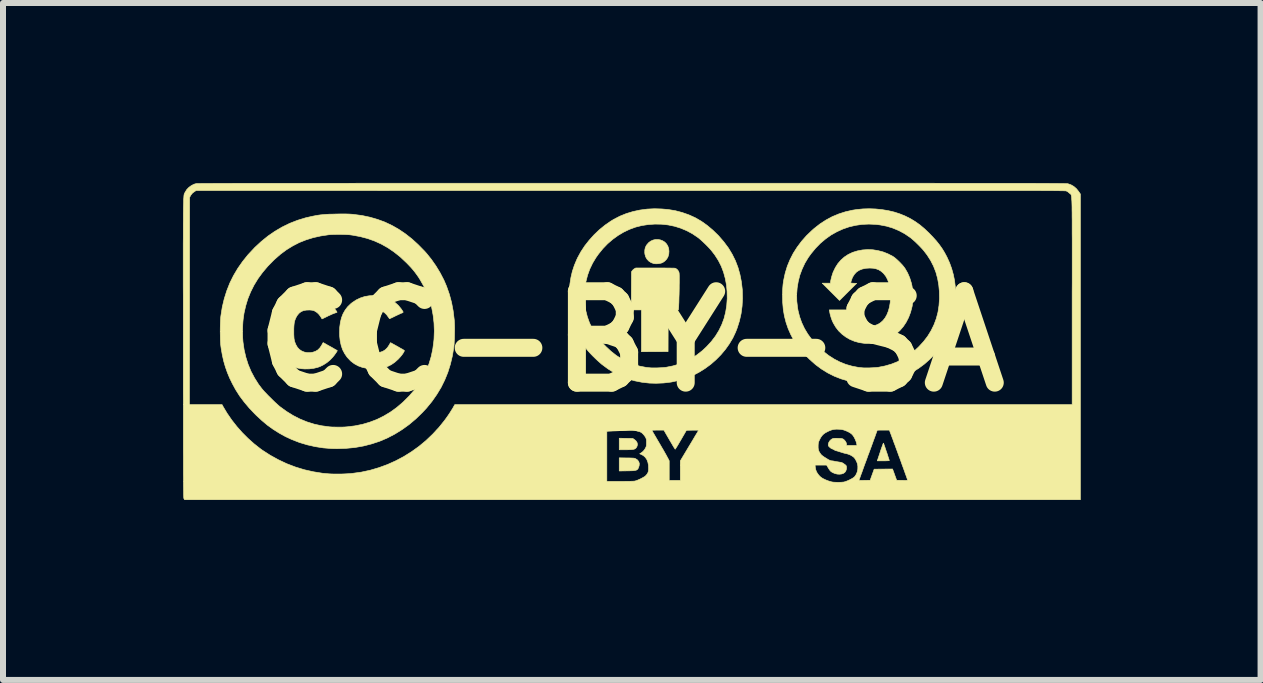
<source format=kicad_pcb>
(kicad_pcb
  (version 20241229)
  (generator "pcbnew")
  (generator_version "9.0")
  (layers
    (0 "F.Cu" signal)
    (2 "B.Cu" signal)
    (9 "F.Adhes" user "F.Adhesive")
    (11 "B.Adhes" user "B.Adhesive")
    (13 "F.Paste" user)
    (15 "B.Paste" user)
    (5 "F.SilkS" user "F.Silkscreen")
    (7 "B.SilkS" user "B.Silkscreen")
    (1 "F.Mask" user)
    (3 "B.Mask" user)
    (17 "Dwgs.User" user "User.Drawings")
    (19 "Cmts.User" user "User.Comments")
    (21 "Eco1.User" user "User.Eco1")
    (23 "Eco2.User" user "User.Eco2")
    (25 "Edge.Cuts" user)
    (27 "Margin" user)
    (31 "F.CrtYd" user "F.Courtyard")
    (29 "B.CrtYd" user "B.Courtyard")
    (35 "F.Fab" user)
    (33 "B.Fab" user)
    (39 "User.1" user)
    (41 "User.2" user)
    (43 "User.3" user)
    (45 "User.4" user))
  (footprint "CC-BY-SA"
    (layer "F.Cu")
    (at 7.475 2.64)
    (property "Reference" "CC-BY-SA" (at 0 0 0) (layer "F.SilkS") (effects (font (size 1.524 1.524) (thickness 0.3))))
    (attr through_hole)
    (fp_poly (pts (xy -0.088 1.618) (xy 0.025 1.62) (xy 0.053 1.639) (xy 0.079 1.662) (xy 0.096 1.688) (xy 0.102 1.715) (xy 0.098 1.744) (xy 0.085 1.77) (xy 0.076 1.781) (xy 0.065 1.79) (xy 0.052 1.797) (xy 0.033 1.802) (xy 0.009 1.805) (xy -0.023 1.807) (xy -0.063 1.808) (xy -0.094 1.808) (xy -0.201 1.808) (xy -0.201 1.616) (xy -0.088 1.618)) (stroke (width 0.01) (type solid)) (fill yes) (layer "F.SilkS"))
    (fp_poly (pts (xy -0.075 1.945) (xy -0.034 1.945) (xy -0.003 1.946) (xy 0.021 1.947) (xy 0.038 1.948) (xy 0.051 1.95) (xy 0.06 1.952) (xy 0.068 1.956) (xy 0.074 1.959) (xy 0.104 1.979) (xy 0.123 2.005) (xy 0.133 2.034) (xy 0.132 2.067) (xy 0.124 2.096) (xy 0.117 2.113) (xy 0.11 2.127) (xy 0.1 2.138) (xy 0.088 2.146) (xy 0.071 2.151) (xy 0.048 2.155) (xy 0.019 2.158) (xy -0.019 2.159) (xy -0.066 2.16) (xy -0.072 2.16) (xy -0.201 2.162) (xy -0.201 1.943) (xy -0.075 1.945)) (stroke (width 0.01) (type solid)) (fill yes) (layer "F.SilkS"))
    (fp_poly (pts (xy 4.206 1.703) (xy 4.212 1.718) (xy 4.219 1.74) (xy 4.229 1.767) (xy 4.239 1.798) (xy 4.25 1.831) (xy 4.262 1.865) (xy 4.273 1.898) (xy 4.282 1.928) (xy 4.291 1.954) (xy 4.297 1.973) (xy 4.301 1.986) (xy 4.301 1.989) (xy 4.296 1.99) (xy 4.282 1.991) (xy 4.26 1.992) (xy 4.232 1.993) (xy 4.201 1.993) (xy 4.101 1.993) (xy 4.151 1.843) (xy 4.163 1.805) (xy 4.175 1.771) (xy 4.186 1.742) (xy 4.194 1.719) (xy 4.2 1.704) (xy 4.204 1.698) (xy 4.204 1.698) (xy 4.206 1.703)) (stroke (width 0.01) (type solid)) (fill yes) (layer "F.SilkS"))
    (fp_poly (pts (xy 0.486 -1.69) (xy 0.524 -1.675) (xy 0.559 -1.653) (xy 0.588 -1.622) (xy 0.609 -1.587) (xy 0.623 -1.546) (xy 0.628 -1.501) (xy 0.625 -1.456) (xy 0.613 -1.413) (xy 0.606 -1.397) (xy 0.586 -1.366) (xy 0.559 -1.338) (xy 0.528 -1.316) (xy 0.507 -1.306) (xy 0.48 -1.299) (xy 0.449 -1.294) (xy 0.416 -1.292) (xy 0.387 -1.294) (xy 0.374 -1.296) (xy 0.33 -1.312) (xy 0.292 -1.337) (xy 0.262 -1.369) (xy 0.24 -1.407) (xy 0.227 -1.451) (xy 0.224 -1.479) (xy 0.225 -1.522) (xy 0.233 -1.56) (xy 0.249 -1.595) (xy 0.261 -1.612) (xy 0.291 -1.646) (xy 0.326 -1.671) (xy 0.364 -1.688) (xy 0.405 -1.697) (xy 0.446 -1.697) (xy 0.486 -1.69)) (stroke (width 0.01) (type solid)) (fill yes) (layer "F.SilkS"))
    (fp_poly (pts (xy 0.453 -1.222) (xy 0.509 -1.222) (xy 0.561 -1.222) (xy 0.607 -1.221) (xy 0.648 -1.221) (xy 0.682 -1.22) (xy 0.707 -1.22) (xy 0.724 -1.219) (xy 0.731 -1.218) (xy 0.751 -1.208) (xy 0.772 -1.19) (xy 0.787 -1.168) (xy 0.79 -1.163) (xy 0.793 -1.154) (xy 0.796 -1.145) (xy 0.798 -1.132) (xy 0.799 -1.115) (xy 0.8 -1.092) (xy 0.8 -1.061) (xy 0.8 -1.021) (xy 0.8 -1.015) (xy 0.8 -0.975) (xy 0.799 -0.93) (xy 0.799 -0.882) (xy 0.798 -0.833) (xy 0.797 -0.783) (xy 0.795 -0.735) (xy 0.794 -0.688) (xy 0.793 -0.646) (xy 0.791 -0.609) (xy 0.79 -0.578) (xy 0.788 -0.555) (xy 0.787 -0.541) (xy 0.787 -0.538) (xy 0.783 -0.523) (xy 0.615 -0.523) (xy 0.614 -0.176) (xy 0.613 0.172) (xy 0.391 0.173) (xy 0.169 0.174) (xy 0.169 -0.523) (xy -0.000255 -0.523) (xy 0.001 -0.84) (xy 0.003 -1.158) (xy 0.016 -1.178) (xy 0.03 -1.193) (xy 0.047 -1.207) (xy 0.052 -1.21) (xy 0.074 -1.222) (xy 0.395 -1.222) (xy 0.453 -1.222)) (stroke (width 0.01) (type solid)) (fill yes) (layer "F.SilkS"))
    (fp_poly (pts (xy -5.374 -0.761) (xy -5.293 -0.753) (xy -5.218 -0.736) (xy -5.149 -0.711) (xy -5.086 -0.677) (xy -5.029 -0.633) (xy -5.001 -0.607) (xy -4.985 -0.591) (xy -4.968 -0.571) (xy -4.951 -0.55) (xy -4.935 -0.529) (xy -4.921 -0.51) (xy -4.911 -0.495) (xy -4.906 -0.485) (xy -4.907 -0.483) (xy -4.912 -0.481) (xy -4.926 -0.476) (xy -4.944 -0.47) (xy -4.947 -0.469) (xy -4.965 -0.462) (xy -4.991 -0.452) (xy -5.02 -0.438) (xy -5.052 -0.424) (xy -5.071 -0.414) (xy -5.156 -0.373) (xy -5.177 -0.407) (xy -5.204 -0.445) (xy -5.237 -0.478) (xy -5.275 -0.502) (xy -5.281 -0.506) (xy -5.299 -0.513) (xy -5.317 -0.517) (xy -5.338 -0.52) (xy -5.367 -0.522) (xy -5.42 -0.52) (xy -5.467 -0.511) (xy -5.507 -0.493) (xy -5.541 -0.466) (xy -5.57 -0.431) (xy -5.59 -0.396) (xy -5.602 -0.369) (xy -5.611 -0.343) (xy -5.618 -0.316) (xy -5.622 -0.285) (xy -5.625 -0.25) (xy -5.627 -0.208) (xy -5.627 -0.163) (xy -5.627 -0.116) (xy -5.625 -0.078) (xy -5.623 -0.047) (xy -5.618 -0.019) (xy -5.612 0.006) (xy -5.603 0.03) (xy -5.592 0.057) (xy -5.591 0.058) (xy -5.567 0.1) (xy -5.535 0.135) (xy -5.497 0.161) (xy -5.454 0.179) (xy -5.405 0.189) (xy -5.354 0.189) (xy -5.309 0.182) (xy -5.265 0.167) (xy -5.226 0.144) (xy -5.193 0.111) (xy -5.164 0.069) (xy -5.154 0.05) (xy -5.146 0.035) (xy -5.14 0.025) (xy -5.137 0.022) (xy -5.132 0.024) (xy -5.119 0.031) (xy -5.1 0.042) (xy -5.076 0.056) (xy -5.049 0.071) (xy -5.02 0.087) (xy -4.991 0.103) (xy -4.964 0.119) (xy -4.94 0.133) (xy -4.92 0.144) (xy -4.907 0.152) (xy -4.902 0.155) (xy -4.903 0.16) (xy -4.91 0.172) (xy -4.921 0.189) (xy -4.935 0.209) (xy -4.95 0.23) (xy -4.966 0.25) (xy -4.979 0.266) (xy -5.024 0.313) (xy -5.076 0.356) (xy -5.134 0.393) (xy -5.193 0.422) (xy -5.23 0.435) (xy -5.297 0.451) (xy -5.37 0.46) (xy -5.445 0.461) (xy -5.503 0.457) (xy -5.573 0.444) (xy -5.64 0.423) (xy -5.704 0.395) (xy -5.753 0.366) (xy -5.782 0.344) (xy -5.813 0.315) (xy -5.844 0.282) (xy -5.873 0.247) (xy -5.896 0.216) (xy -5.929 0.156) (xy -5.955 0.088) (xy -5.974 0.014) (xy -5.985 -0.066) (xy -5.988 -0.15) (xy -5.987 -0.188) (xy -5.981 -0.265) (xy -5.969 -0.335) (xy -5.951 -0.397) (xy -5.926 -0.453) (xy -5.895 -0.505) (xy -5.855 -0.554) (xy -5.843 -0.567) (xy -5.802 -0.608) (xy -5.763 -0.642) (xy -5.725 -0.669) (xy -5.684 -0.694) (xy -5.673 -0.699) (xy -5.613 -0.726) (xy -5.553 -0.746) (xy -5.49 -0.757) (xy -5.422 -0.761) (xy -5.374 -0.761)) (stroke (width 0.01) (type solid)) (fill yes) (layer "F.SilkS"))
    (fp_poly (pts (xy 4.027 -1.526) (xy 4.113 -1.512) (xy 4.198 -1.49) (xy 4.279 -1.458) (xy 4.356 -1.418) (xy 4.375 -1.406) (xy 4.4 -1.387) (xy 4.43 -1.361) (xy 4.462 -1.331) (xy 4.493 -1.299) (xy 4.523 -1.267) (xy 4.547 -1.237) (xy 4.562 -1.217) (xy 4.606 -1.141) (xy 4.642 -1.058) (xy 4.67 -0.968) (xy 4.678 -0.933) (xy 4.683 -0.903) (xy 4.687 -0.865) (xy 4.69 -0.822) (xy 4.691 -0.775) (xy 4.691 -0.727) (xy 4.69 -0.68) (xy 4.688 -0.638) (xy 4.685 -0.602) (xy 4.681 -0.579) (xy 4.656 -0.484) (xy 4.623 -0.397) (xy 4.582 -0.317) (xy 4.534 -0.245) (xy 4.477 -0.179) (xy 4.412 -0.121) (xy 4.339 -0.069) (xy 4.312 -0.053) (xy 4.254 -0.025) (xy 4.189 -0.001) (xy 4.119 0.017) (xy 4.046 0.03) (xy 3.974 0.036) (xy 3.904 0.036) (xy 3.885 0.034) (xy 3.801 0.022) (xy 3.721 -0.000313) (xy 3.646 -0.031) (xy 3.577 -0.071) (xy 3.514 -0.118) (xy 3.457 -0.173) (xy 3.409 -0.235) (xy 3.368 -0.304) (xy 3.347 -0.35) (xy 3.329 -0.402) (xy 3.314 -0.455) (xy 3.309 -0.481) (xy 3.301 -0.523) (xy 3.657 -0.523) (xy 3.664 -0.483) (xy 3.678 -0.427) (xy 3.7 -0.379) (xy 3.73 -0.339) (xy 3.767 -0.306) (xy 3.811 -0.282) (xy 3.838 -0.272) (xy 3.879 -0.262) (xy 3.925 -0.256) (xy 3.972 -0.254) (xy 4.015 -0.256) (xy 4.032 -0.258) (xy 4.071 -0.267) (xy 4.103 -0.279) (xy 4.135 -0.296) (xy 4.158 -0.312) (xy 4.198 -0.348) (xy 4.233 -0.393) (xy 4.262 -0.445) (xy 4.286 -0.505) (xy 4.304 -0.571) (xy 4.316 -0.642) (xy 4.322 -0.717) (xy 4.321 -0.796) (xy 4.318 -0.829) (xy 4.308 -0.905) (xy 4.293 -0.972) (xy 4.272 -1.03) (xy 4.245 -1.081) (xy 4.212 -1.124) (xy 4.201 -1.136) (xy 4.164 -1.168) (xy 4.125 -1.192) (xy 4.082 -1.208) (xy 4.034 -1.218) (xy 3.979 -1.221) (xy 3.972 -1.221) (xy 3.907 -1.217) (xy 3.849 -1.204) (xy 3.799 -1.184) (xy 3.756 -1.156) (xy 3.721 -1.119) (xy 3.693 -1.075) (xy 3.693 -1.075) (xy 3.684 -1.057) (xy 3.676 -1.034) (xy 3.668 -1.011) (xy 3.662 -0.991) (xy 3.659 -0.976) (xy 3.659 -0.973) (xy 3.664 -0.971) (xy 3.677 -0.97) (xy 3.697 -0.968) (xy 3.708 -0.968) (xy 3.757 -0.966) (xy 3.614 -0.824) (xy 3.471 -0.681) (xy 3.327 -0.825) (xy 3.183 -0.969) (xy 3.321 -0.969) (xy 3.321 -0.984) (xy 3.323 -1.001) (xy 3.328 -1.025) (xy 3.335 -1.054) (xy 3.343 -1.085) (xy 3.353 -1.116) (xy 3.362 -1.144) (xy 3.367 -1.156) (xy 3.402 -1.229) (xy 3.444 -1.295) (xy 3.494 -1.353) (xy 3.551 -1.404) (xy 3.614 -1.446) (xy 3.683 -1.479) (xy 3.689 -1.482) (xy 3.77 -1.507) (xy 3.854 -1.523) (xy 3.941 -1.529) (xy 4.027 -1.526)) (stroke (width 0.01) (type solid)) (fill yes) (layer "F.SilkS"))
    (fp_poly (pts (xy -4.218 -0.757) (xy -4.14 -0.743) (xy -4.067 -0.72) (xy -4 -0.688) (xy -3.939 -0.647) (xy -3.884 -0.598) (xy -3.837 -0.541) (xy -3.821 -0.517) (xy -3.81 -0.501) (xy -3.805 -0.49) (xy -3.805 -0.483) (xy -3.81 -0.478) (xy -3.821 -0.473) (xy -3.826 -0.471) (xy -3.84 -0.466) (xy -3.861 -0.456) (xy -3.887 -0.444) (xy -3.917 -0.43) (xy -3.94 -0.419) (xy -3.968 -0.405) (xy -3.993 -0.393) (xy -4.013 -0.384) (xy -4.026 -0.378) (xy -4.03 -0.376) (xy -4.034 -0.38) (xy -4.042 -0.391) (xy -4.052 -0.407) (xy -4.053 -0.407) (xy -4.079 -0.443) (xy -4.111 -0.474) (xy -4.146 -0.499) (xy -4.159 -0.505) (xy -4.173 -0.512) (xy -4.185 -0.516) (xy -4.2 -0.518) (xy -4.218 -0.52) (xy -4.243 -0.52) (xy -4.258 -0.52) (xy -4.287 -0.52) (xy -4.307 -0.519) (xy -4.323 -0.517) (xy -4.336 -0.514) (xy -4.35 -0.509) (xy -4.363 -0.503) (xy -4.403 -0.478) (xy -4.437 -0.444) (xy -4.464 -0.401) (xy -4.485 -0.35) (xy -4.496 -0.313) (xy -4.501 -0.282) (xy -4.504 -0.242) (xy -4.506 -0.198) (xy -4.506 -0.152) (xy -4.505 -0.106) (xy -4.501 -0.065) (xy -4.496 -0.029) (xy -4.493 -0.015) (xy -4.475 0.041) (xy -4.452 0.087) (xy -4.423 0.125) (xy -4.387 0.154) (xy -4.346 0.174) (xy -4.298 0.186) (xy -4.294 0.187) (xy -4.239 0.19) (xy -4.188 0.183) (xy -4.142 0.167) (xy -4.101 0.141) (xy -4.066 0.106) (xy -4.036 0.061) (xy -4.034 0.058) (xy -4.025 0.041) (xy -4.018 0.028) (xy -4.015 0.023) (xy -4.015 0.023) (xy -4.01 0.025) (xy -3.998 0.031) (xy -3.979 0.042) (xy -3.955 0.055) (xy -3.928 0.07) (xy -3.899 0.086) (xy -3.871 0.102) (xy -3.844 0.118) (xy -3.819 0.131) (xy -3.8 0.143) (xy -3.787 0.151) (xy -3.785 0.152) (xy -3.784 0.159) (xy -3.789 0.172) (xy -3.799 0.19) (xy -3.814 0.213) (xy -3.832 0.237) (xy -3.853 0.262) (xy -3.875 0.286) (xy -3.887 0.299) (xy -3.943 0.349) (xy -4.001 0.389) (xy -4.063 0.42) (xy -4.132 0.442) (xy -4.163 0.45) (xy -4.182 0.453) (xy -4.208 0.456) (xy -4.239 0.458) (xy -4.271 0.46) (xy -4.302 0.461) (xy -4.329 0.461) (xy -4.349 0.461) (xy -4.356 0.46) (xy -4.368 0.458) (xy -4.387 0.455) (xy -4.409 0.452) (xy -4.41 0.451) (xy -4.484 0.435) (xy -4.553 0.41) (xy -4.617 0.375) (xy -4.675 0.331) (xy -4.687 0.319) (xy -4.738 0.265) (xy -4.779 0.205) (xy -4.813 0.14) (xy -4.837 0.069) (xy -4.854 -0.009) (xy -4.863 -0.094) (xy -4.864 -0.147) (xy -4.861 -0.236) (xy -4.85 -0.317) (xy -4.832 -0.391) (xy -4.806 -0.458) (xy -4.772 -0.518) (xy -4.731 -0.573) (xy -4.68 -0.623) (xy -4.653 -0.645) (xy -4.587 -0.689) (xy -4.518 -0.722) (xy -4.445 -0.746) (xy -4.368 -0.759) (xy -4.302 -0.762) (xy -4.218 -0.757)) (stroke (width 0.01) (type solid)) (fill yes) (layer "F.SilkS"))
    (fp_poly (pts (xy 0.512 -2.206) (xy 0.615 -2.197) (xy 0.735 -2.177) (xy 0.849 -2.147) (xy 0.96 -2.108) (xy 1.066 -2.06) (xy 1.168 -2.001) (xy 1.265 -1.932) (xy 1.359 -1.853) (xy 1.45 -1.765) (xy 1.537 -1.665) (xy 1.547 -1.652) (xy 1.62 -1.554) (xy 1.682 -1.451) (xy 1.735 -1.344) (xy 1.778 -1.232) (xy 1.811 -1.115) (xy 1.835 -0.993) (xy 1.85 -0.866) (xy 1.851 -0.845) (xy 1.854 -0.715) (xy 1.847 -0.586) (xy 1.83 -0.46) (xy 1.802 -0.337) (xy 1.764 -0.218) (xy 1.739 -0.154) (xy 1.692 -0.054) (xy 1.634 0.043) (xy 1.568 0.136) (xy 1.494 0.224) (xy 1.412 0.307) (xy 1.324 0.384) (xy 1.23 0.453) (xy 1.131 0.515) (xy 1.059 0.553) (xy 1.001 0.58) (xy 0.949 0.602) (xy 0.898 0.621) (xy 0.845 0.638) (xy 0.787 0.653) (xy 0.663 0.68) (xy 0.539 0.695) (xy 0.413 0.7) (xy 0.302 0.697) (xy 0.178 0.683) (xy 0.057 0.659) (xy -0.06 0.625) (xy -0.173 0.581) (xy -0.281 0.527) (xy -0.386 0.462) (xy -0.486 0.388) (xy -0.494 0.382) (xy -0.527 0.353) (xy -0.564 0.32) (xy -0.603 0.283) (xy -0.641 0.246) (xy -0.677 0.209) (xy -0.708 0.175) (xy -0.734 0.145) (xy -0.737 0.142) (xy -0.808 0.044) (xy -0.87 -0.059) (xy -0.923 -0.167) (xy -0.965 -0.279) (xy -0.998 -0.395) (xy -1.021 -0.517) (xy -1.034 -0.642) (xy -1.037 -0.771) (xy -1.036 -0.779) (xy -0.782 -0.779) (xy -0.78 -0.669) (xy -0.767 -0.558) (xy -0.759 -0.512) (xy -0.733 -0.409) (xy -0.698 -0.311) (xy -0.653 -0.215) (xy -0.598 -0.123) (xy -0.533 -0.034) (xy -0.457 0.053) (xy -0.424 0.087) (xy -0.338 0.167) (xy -0.249 0.237) (xy -0.157 0.296) (xy -0.062 0.345) (xy 0.036 0.385) (xy 0.139 0.414) (xy 0.247 0.435) (xy 0.324 0.443) (xy 0.35 0.444) (xy 0.384 0.444) (xy 0.423 0.444) (xy 0.464 0.442) (xy 0.505 0.44) (xy 0.542 0.437) (xy 0.574 0.434) (xy 0.581 0.433) (xy 0.692 0.411) (xy 0.799 0.38) (xy 0.902 0.339) (xy 1.001 0.288) (xy 1.095 0.226) (xy 1.186 0.155) (xy 1.258 0.087) (xy 1.335 0.003) (xy 1.403 -0.086) (xy 1.46 -0.179) (xy 1.508 -0.277) (xy 1.546 -0.379) (xy 1.573 -0.486) (xy 1.591 -0.597) (xy 1.599 -0.712) (xy 1.597 -0.831) (xy 1.587 -0.937) (xy 1.567 -1.046) (xy 1.538 -1.152) (xy 1.5 -1.252) (xy 1.451 -1.348) (xy 1.392 -1.44) (xy 1.335 -1.514) (xy 1.306 -1.547) (xy 1.271 -1.584) (xy 1.234 -1.621) (xy 1.195 -1.658) (xy 1.159 -1.691) (xy 1.125 -1.72) (xy 1.109 -1.732) (xy 1.019 -1.793) (xy 0.924 -1.844) (xy 0.824 -1.886) (xy 0.721 -1.918) (xy 0.614 -1.94) (xy 0.505 -1.952) (xy 0.394 -1.954) (xy 0.281 -1.946) (xy 0.176 -1.93) (xy 0.072 -1.904) (xy -0.029 -1.867) (xy -0.126 -1.821) (xy -0.22 -1.765) (xy -0.31 -1.7) (xy -0.395 -1.627) (xy -0.474 -1.545) (xy -0.547 -1.455) (xy -0.589 -1.396) (xy -0.645 -1.303) (xy -0.692 -1.205) (xy -0.729 -1.103) (xy -0.756 -0.997) (xy -0.774 -0.889) (xy -0.782 -0.779) (xy -1.036 -0.779) (xy -1.034 -0.839) (xy -1.024 -0.954) (xy -1.007 -1.062) (xy -0.983 -1.165) (xy -0.95 -1.265) (xy -0.909 -1.363) (xy -0.896 -1.391) (xy -0.841 -1.492) (xy -0.776 -1.591) (xy -0.702 -1.685) (xy -0.621 -1.775) (xy -0.534 -1.858) (xy -0.44 -1.935) (xy -0.342 -2.003) (xy -0.291 -2.034) (xy -0.19 -2.086) (xy -0.084 -2.129) (xy 0.028 -2.163) (xy 0.144 -2.188) (xy 0.264 -2.204) (xy 0.387 -2.21) (xy 0.512 -2.206)) (stroke (width 0.01) (type solid)) (fill yes) (layer "F.SilkS"))
    (fp_poly (pts (xy 4.075 -2.206) (xy 4.181 -2.195) (xy 4.284 -2.178) (xy 4.382 -2.155) (xy 4.472 -2.126) (xy 4.475 -2.125) (xy 4.566 -2.088) (xy 4.652 -2.045) (xy 4.733 -1.996) (xy 4.812 -1.94) (xy 4.889 -1.875) (xy 4.966 -1.802) (xy 5.03 -1.735) (xy 5.087 -1.672) (xy 5.137 -1.609) (xy 5.181 -1.547) (xy 5.221 -1.482) (xy 5.258 -1.413) (xy 5.265 -1.399) (xy 5.307 -1.306) (xy 5.341 -1.212) (xy 5.368 -1.115) (xy 5.389 -1.014) (xy 5.402 -0.906) (xy 5.407 -0.843) (xy 5.41 -0.731) (xy 5.405 -0.616) (xy 5.392 -0.503) (xy 5.372 -0.392) (xy 5.344 -0.286) (xy 5.311 -0.191) (xy 5.262 -0.083) (xy 5.204 0.02) (xy 5.137 0.119) (xy 5.062 0.212) (xy 4.978 0.298) (xy 4.888 0.378) (xy 4.791 0.45) (xy 4.688 0.514) (xy 4.62 0.55) (xy 4.564 0.577) (xy 4.513 0.599) (xy 4.464 0.617) (xy 4.414 0.634) (xy 4.359 0.649) (xy 4.343 0.653) (xy 4.219 0.68) (xy 4.094 0.695) (xy 3.968 0.7) (xy 3.857 0.697) (xy 3.733 0.683) (xy 3.613 0.66) (xy 3.497 0.626) (xy 3.385 0.582) (xy 3.277 0.528) (xy 3.173 0.464) (xy 3.073 0.39) (xy 2.978 0.306) (xy 2.915 0.245) (xy 2.86 0.188) (xy 2.813 0.132) (xy 2.771 0.077) (xy 2.732 0.021) (xy 2.697 -0.039) (xy 2.664 -0.103) (xy 2.659 -0.112) (xy 2.615 -0.212) (xy 2.58 -0.314) (xy 2.553 -0.419) (xy 2.534 -0.529) (xy 2.524 -0.644) (xy 2.521 -0.749) (xy 2.521 -0.779) (xy 2.757 -0.779) (xy 2.759 -0.669) (xy 2.772 -0.558) (xy 2.78 -0.512) (xy 2.806 -0.409) (xy 2.841 -0.311) (xy 2.886 -0.215) (xy 2.941 -0.123) (xy 3.006 -0.034) (xy 3.082 0.053) (xy 3.115 0.087) (xy 3.201 0.167) (xy 3.29 0.237) (xy 3.382 0.296) (xy 3.477 0.345) (xy 3.576 0.385) (xy 3.678 0.414) (xy 3.786 0.435) (xy 3.863 0.443) (xy 3.889 0.444) (xy 3.923 0.444) (xy 3.962 0.444) (xy 4.003 0.442) (xy 4.044 0.44) (xy 4.082 0.437) (xy 4.113 0.434) (xy 4.12 0.433) (xy 4.231 0.411) (xy 4.338 0.38) (xy 4.441 0.339) (xy 4.54 0.288) (xy 4.634 0.226) (xy 4.725 0.155) (xy 4.797 0.087) (xy 4.874 0.003) (xy 4.942 -0.086) (xy 4.999 -0.179) (xy 5.047 -0.277) (xy 5.085 -0.379) (xy 5.113 -0.486) (xy 5.13 -0.597) (xy 5.138 -0.712) (xy 5.136 -0.831) (xy 5.126 -0.937) (xy 5.107 -1.046) (xy 5.078 -1.152) (xy 5.039 -1.252) (xy 4.99 -1.348) (xy 4.931 -1.44) (xy 4.874 -1.514) (xy 4.845 -1.547) (xy 4.81 -1.584) (xy 4.773 -1.621) (xy 4.735 -1.658) (xy 4.698 -1.691) (xy 4.664 -1.72) (xy 4.648 -1.732) (xy 4.557 -1.794) (xy 4.462 -1.845) (xy 4.362 -1.887) (xy 4.257 -1.919) (xy 4.148 -1.94) (xy 4.075 -1.949) (xy 3.961 -1.954) (xy 3.848 -1.949) (xy 3.738 -1.933) (xy 3.631 -1.908) (xy 3.527 -1.872) (xy 3.426 -1.826) (xy 3.33 -1.772) (xy 3.239 -1.707) (xy 3.152 -1.634) (xy 3.072 -1.552) (xy 2.997 -1.461) (xy 2.95 -1.396) (xy 2.894 -1.303) (xy 2.848 -1.205) (xy 2.81 -1.103) (xy 2.783 -0.997) (xy 2.765 -0.889) (xy 2.757 -0.779) (xy 2.521 -0.779) (xy 2.522 -0.822) (xy 2.525 -0.887) (xy 2.53 -0.948) (xy 2.538 -1.006) (xy 2.55 -1.065) (xy 2.564 -1.128) (xy 2.567 -1.141) (xy 2.601 -1.252) (xy 2.646 -1.361) (xy 2.7 -1.467) (xy 2.765 -1.569) (xy 2.839 -1.668) (xy 2.922 -1.762) (xy 3.015 -1.851) (xy 3.049 -1.881) (xy 3.146 -1.957) (xy 3.246 -2.022) (xy 3.35 -2.078) (xy 3.458 -2.123) (xy 3.57 -2.159) (xy 3.688 -2.186) (xy 3.76 -2.197) (xy 3.862 -2.207) (xy 3.968 -2.21) (xy 4.075 -2.206)) (stroke (width 0.01) (type solid)) (fill yes) (layer "F.SilkS"))
    (fp_poly (pts (xy -4.763 -2.123) (xy -4.729 -2.122) (xy -4.698 -2.121) (xy -4.67 -2.119) (xy -4.642 -2.117) (xy -4.628 -2.115) (xy -4.49 -2.097) (xy -4.358 -2.069) (xy -4.231 -2.032) (xy -4.108 -1.987) (xy -3.99 -1.931) (xy -3.876 -1.866) (xy -3.765 -1.791) (xy -3.657 -1.706) (xy -3.553 -1.611) (xy -3.45 -1.506) (xy -3.413 -1.465) (xy -3.332 -1.364) (xy -3.256 -1.255) (xy -3.187 -1.141) (xy -3.126 -1.024) (xy -3.08 -0.917) (xy -3.034 -0.786) (xy -2.997 -0.649) (xy -2.97 -0.507) (xy -2.952 -0.359) (xy -2.951 -0.347) (xy -2.949 -0.308) (xy -2.947 -0.262) (xy -2.946 -0.21) (xy -2.947 -0.155) (xy -2.948 -0.099) (xy -2.949 -0.044) (xy -2.952 0.008) (xy -2.954 0.053) (xy -2.958 0.091) (xy -2.959 0.098) (xy -2.983 0.243) (xy -3.016 0.382) (xy -3.058 0.516) (xy -3.11 0.644) (xy -3.171 0.768) (xy -3.243 0.887) (xy -3.324 1.003) (xy -3.415 1.114) (xy -3.484 1.188) (xy -3.592 1.293) (xy -3.705 1.388) (xy -3.822 1.472) (xy -3.943 1.547) (xy -4.068 1.612) (xy -4.197 1.667) (xy -4.331 1.711) (xy -4.468 1.746) (xy -4.61 1.771) (xy -4.757 1.785) (xy -4.907 1.79) (xy -5.001 1.788) (xy -5.136 1.777) (xy -5.27 1.756) (xy -5.403 1.726) (xy -5.533 1.687) (xy -5.659 1.638) (xy -5.765 1.589) (xy -5.87 1.531) (xy -5.97 1.468) (xy -6.067 1.398) (xy -6.161 1.319) (xy -6.256 1.231) (xy -6.275 1.212) (xy -6.37 1.112) (xy -6.454 1.012) (xy -6.53 0.911) (xy -6.596 0.807) (xy -6.649 0.71) (xy -6.696 0.614) (xy -6.735 0.52) (xy -6.768 0.426) (xy -6.796 0.329) (xy -6.819 0.226) (xy -6.838 0.116) (xy -6.842 0.087) (xy -6.846 0.054) (xy -6.849 0.012) (xy -6.851 -0.036) (xy -6.852 -0.09) (xy -6.853 -0.146) (xy -6.853 -0.167) (xy -6.481 -0.167) (xy -6.48 -0.112) (xy -6.479 -0.06) (xy -6.476 -0.014) (xy -6.474 0.011) (xy -6.455 0.141) (xy -6.426 0.266) (xy -6.388 0.386) (xy -6.34 0.501) (xy -6.281 0.612) (xy -6.214 0.718) (xy -6.16 0.789) (xy -6.141 0.812) (xy -6.115 0.841) (xy -6.084 0.873) (xy -6.05 0.909) (xy -6.013 0.945) (xy -5.977 0.981) (xy -5.941 1.016) (xy -5.908 1.046) (xy -5.879 1.072) (xy -5.859 1.089) (xy -5.752 1.167) (xy -5.641 1.236) (xy -5.526 1.295) (xy -5.409 1.343) (xy -5.288 1.381) (xy -5.165 1.408) (xy -5.039 1.425) (xy -5.034 1.426) (xy -4.99 1.429) (xy -4.939 1.43) (xy -4.885 1.431) (xy -4.831 1.431) (xy -4.78 1.429) (xy -4.74 1.426) (xy -4.608 1.41) (xy -4.481 1.384) (xy -4.359 1.348) (xy -4.241 1.303) (xy -4.128 1.247) (xy -4.019 1.182) (xy -3.913 1.106) (xy -3.812 1.02) (xy -3.796 1.005) (xy -3.7 0.909) (xy -3.614 0.809) (xy -3.538 0.706) (xy -3.473 0.599) (xy -3.417 0.487) (xy -3.371 0.371) (xy -3.335 0.25) (xy -3.309 0.125) (xy -3.292 -0.006) (xy -3.289 -0.038) (xy -3.284 -0.172) (xy -3.289 -0.305) (xy -3.304 -0.434) (xy -3.328 -0.562) (xy -3.363 -0.685) (xy -3.406 -0.805) (xy -3.46 -0.919) (xy -3.522 -1.029) (xy -3.55 -1.073) (xy -3.581 -1.117) (xy -3.61 -1.156) (xy -3.64 -1.193) (xy -3.671 -1.229) (xy -3.707 -1.267) (xy -3.749 -1.31) (xy -3.754 -1.315) (xy -3.852 -1.407) (xy -3.954 -1.488) (xy -4.058 -1.559) (xy -4.166 -1.62) (xy -4.278 -1.671) (xy -4.395 -1.713) (xy -4.517 -1.745) (xy -4.645 -1.769) (xy -4.696 -1.776) (xy -4.725 -1.778) (xy -4.763 -1.78) (xy -4.806 -1.781) (xy -4.853 -1.782) (xy -4.901 -1.782) (xy -4.948 -1.781) (xy -4.99 -1.78) (xy -5.027 -1.778) (xy -5.047 -1.776) (xy -5.179 -1.756) (xy -5.304 -1.728) (xy -5.423 -1.691) (xy -5.537 -1.646) (xy -5.645 -1.59) (xy -5.749 -1.526) (xy -5.849 -1.452) (xy -5.946 -1.367) (xy -5.964 -1.35) (xy -6.061 -1.251) (xy -6.148 -1.148) (xy -6.224 -1.044) (xy -6.29 -0.936) (xy -6.346 -0.824) (xy -6.393 -0.709) (xy -6.429 -0.59) (xy -6.457 -0.467) (xy -6.471 -0.368) (xy -6.475 -0.326) (xy -6.478 -0.277) (xy -6.48 -0.223) (xy -6.481 -0.167) (xy -6.853 -0.167) (xy -6.853 -0.204) (xy -6.852 -0.26) (xy -6.85 -0.314) (xy -6.848 -0.362) (xy -6.845 -0.403) (xy -6.842 -0.427) (xy -6.819 -0.572) (xy -6.786 -0.71) (xy -6.744 -0.843) (xy -6.693 -0.972) (xy -6.632 -1.095) (xy -6.561 -1.215) (xy -6.48 -1.331) (xy -6.39 -1.443) (xy -6.288 -1.552) (xy -6.278 -1.563) (xy -6.17 -1.663) (xy -6.058 -1.754) (xy -5.942 -1.834) (xy -5.821 -1.905) (xy -5.696 -1.966) (xy -5.566 -2.017) (xy -5.432 -2.058) (xy -5.314 -2.085) (xy -5.267 -2.094) (xy -5.222 -2.102) (xy -5.179 -2.108) (xy -5.134 -2.112) (xy -5.087 -2.116) (xy -5.035 -2.119) (xy -4.976 -2.12) (xy -4.909 -2.122) (xy -4.906 -2.122) (xy -4.85 -2.123) (xy -4.802 -2.123) (xy -4.763 -2.123)) (stroke (width 0.01) (type solid)) (fill yes) (layer "F.SilkS"))
    (fp_poly (pts (xy 0.01 -2.635) (xy 0.351 -2.635) (xy 0.681 -2.635) (xy 1.001 -2.635) (xy 1.311 -2.635) (xy 1.61 -2.635) (xy 1.899 -2.635) (xy 2.179 -2.635) (xy 2.448 -2.635) (xy 2.708 -2.635) (xy 2.959 -2.635) (xy 3.201 -2.635) (xy 3.433 -2.635) (xy 3.657 -2.635) (xy 3.872 -2.635) (xy 4.078 -2.635) (xy 4.276 -2.635) (xy 4.466 -2.635) (xy 4.648 -2.635) (xy 4.822 -2.635) (xy 4.988 -2.635) (xy 5.147 -2.634) (xy 5.299 -2.634) (xy 5.443 -2.634) (xy 5.58 -2.634) (xy 5.71 -2.634) (xy 5.834 -2.634) (xy 5.951 -2.634) (xy 6.062 -2.634) (xy 6.167 -2.634) (xy 6.266 -2.633) (xy 6.359 -2.633) (xy 6.446 -2.633) (xy 6.528 -2.633) (xy 6.604 -2.633) (xy 6.675 -2.633) (xy 6.742 -2.633) (xy 6.803 -2.632) (xy 6.86 -2.632) (xy 6.912 -2.632) (xy 6.96 -2.632) (xy 7.004 -2.631) (xy 7.044 -2.631) (xy 7.08 -2.631) (xy 7.113 -2.631) (xy 7.142 -2.63) (xy 7.167 -2.63) (xy 7.19 -2.63) (xy 7.209 -2.63) (xy 7.226 -2.629) (xy 7.24 -2.629) (xy 7.252 -2.629) (xy 7.261 -2.628) (xy 7.269 -2.628) (xy 7.274 -2.628) (xy 7.278 -2.627) (xy 7.279 -2.627) (xy 7.33 -2.609) (xy 7.377 -2.582) (xy 7.42 -2.545) (xy 7.457 -2.499) (xy 7.459 -2.496) (xy 7.487 -2.455) (xy 7.487 2.641) (xy -7.447 2.641) (xy -7.457 2.626) (xy -7.458 2.624) (xy -7.459 2.622) (xy -7.46 2.62) (xy -7.46 2.616) (xy -7.461 2.61) (xy -7.462 2.603) (xy -7.462 2.594) (xy -7.463 2.583) (xy -7.463 2.568) (xy -7.464 2.551) (xy -7.464 2.531) (xy -7.464 2.507) (xy -7.465 2.48) (xy -7.465 2.448) (xy -7.466 2.412) (xy -7.466 2.371) (xy -7.466 2.326) (xy -7.466 2.275) (xy -7.467 2.218) (xy -7.467 2.156) (xy -7.467 2.087) (xy -7.467 2.012) (xy -7.467 1.93) (xy -7.468 1.841) (xy -7.468 1.745) (xy -7.468 1.641) (xy -7.468 1.529) (xy -7.468 1.409) (xy -7.468 1.281) (xy -7.468 1.143) (xy -7.468 1.056) (xy -7.367 1.056) (xy -6.823 1.056) (xy -6.803 1.093) (xy -6.737 1.203) (xy -6.661 1.313) (xy -6.577 1.42) (xy -6.487 1.522) (xy -6.39 1.619) (xy -6.289 1.709) (xy -6.185 1.791) (xy -6.152 1.815) (xy -6.02 1.9) (xy -5.884 1.975) (xy -5.744 2.041) (xy -5.6 2.096) (xy -5.453 2.141) (xy -5.302 2.175) (xy -5.148 2.2) (xy -5.036 2.21) (xy -4.996 2.212) (xy -4.948 2.213) (xy -4.894 2.213) (xy -4.838 2.213) (xy -4.782 2.211) (xy -4.728 2.208) (xy -4.68 2.205) (xy -4.651 2.202) (xy -4.5 2.181) (xy -4.351 2.149) (xy -4.206 2.106) (xy -4.064 2.054) (xy -3.926 1.992) (xy -3.792 1.921) (xy -3.664 1.841) (xy -3.54 1.752) (xy -3.423 1.655) (xy -3.312 1.549) (xy -3.269 1.503) (xy -0.408 1.503) (xy -0.408 2.336) (xy -0.192 2.336) (xy -0.143 2.336) (xy -0.096 2.335) (xy -0.053 2.335) (xy -0.015 2.334) (xy 0.017 2.333) (xy 0.041 2.332) (xy 0.055 2.331) (xy 0.057 2.33) (xy 0.078 2.325) (xy 0.105 2.315) (xy 0.137 2.301) (xy 0.169 2.286) (xy 0.199 2.269) (xy 0.224 2.255) (xy 0.244 2.237) (xy 0.263 2.214) (xy 0.267 2.207) (xy 0.276 2.192) (xy 0.281 2.178) (xy 0.285 2.164) (xy 0.287 2.145) (xy 0.288 2.124) (xy 0.286 2.066) (xy 0.276 2.015) (xy 0.259 1.971) (xy 0.234 1.935) (xy 0.202 1.906) (xy 0.173 1.89) (xy 0.14 1.875) (xy 0.165 1.86) (xy 0.198 1.834) (xy 0.225 1.8) (xy 0.239 1.775) (xy 0.246 1.76) (xy 0.25 1.746) (xy 0.252 1.729) (xy 0.253 1.708) (xy 0.253 1.688) (xy 0.253 1.661) (xy 0.252 1.642) (xy 0.249 1.628) (xy 0.244 1.615) (xy 0.238 1.601) (xy 0.22 1.574) (xy 0.199 1.549) (xy 0.176 1.527) (xy 0.153 1.513) (xy 0.141 1.508) (xy 0.121 1.503) (xy 0.098 1.497) (xy 0.087 1.493) (xy 0.066 1.489) (xy 0.04 1.486) (xy 0.014 1.485) (xy 0.014 1.485) (xy -0.004 1.485) (xy -0.03 1.485) (xy -0.062 1.486) (xy -0.099 1.488) (xy -0.139 1.489) (xy -0.181 1.49) (xy -0.223 1.492) (xy -0.264 1.494) (xy -0.302 1.495) (xy -0.336 1.497) (xy -0.363 1.498) (xy -0.383 1.499) (xy -0.395 1.5) (xy -0.396 1.5) (xy -0.408 1.503) (xy -3.269 1.503) (xy -3.252 1.484) (xy 0.343 1.484) (xy 0.346 1.49) (xy 0.353 1.503) (xy 0.365 1.524) (xy 0.381 1.551) (xy 0.399 1.582) (xy 0.42 1.618) (xy 0.435 1.644) (xy 0.474 1.71) (xy 0.507 1.767) (xy 0.536 1.816) (xy 0.56 1.859) (xy 0.58 1.894) (xy 0.596 1.924) (xy 0.609 1.948) (xy 0.615 1.959) (xy 0.632 1.992) (xy 0.632 2.319) (xy 0.817 2.319) (xy 0.817 2.064) (xy 3.064 2.064) (xy 3.067 2.098) (xy 3.075 2.142) (xy 3.091 2.182) (xy 3.116 2.219) (xy 3.126 2.232) (xy 3.152 2.259) (xy 3.178 2.278) (xy 3.196 2.289) (xy 3.244 2.312) (xy 3.292 2.33) (xy 3.337 2.343) (xy 3.34 2.344) (xy 3.364 2.348) (xy 3.396 2.35) (xy 3.431 2.351) (xy 3.468 2.351) (xy 3.503 2.35) (xy 3.533 2.347) (xy 3.539 2.347) (xy 3.564 2.341) (xy 3.593 2.33) (xy 3.623 2.318) (xy 3.795 2.318) (xy 3.8 2.318) (xy 3.814 2.319) (xy 3.836 2.319) (xy 3.863 2.319) (xy 3.888 2.318) (xy 3.982 2.317) (xy 4.049 2.132) (xy 4.355 2.129) (xy 4.364 2.152) (xy 4.369 2.166) (xy 4.377 2.187) (xy 4.386 2.213) (xy 4.396 2.241) (xy 4.398 2.246) (xy 4.424 2.317) (xy 4.515 2.318) (xy 4.549 2.319) (xy 4.574 2.319) (xy 4.591 2.318) (xy 4.601 2.316) (xy 4.605 2.314) (xy 4.606 2.312) (xy 4.604 2.306) (xy 4.599 2.291) (xy 4.591 2.267) (xy 4.58 2.237) (xy 4.566 2.199) (xy 4.551 2.156) (xy 4.534 2.109) (xy 4.515 2.058) (xy 4.496 2.004) (xy 4.476 1.949) (xy 4.455 1.893) (xy 4.435 1.837) (xy 4.415 1.783) (xy 4.396 1.73) (xy 4.377 1.681) (xy 4.361 1.635) (xy 4.345 1.594) (xy 4.333 1.56) (xy 4.322 1.532) (xy 4.314 1.512) (xy 4.31 1.5) (xy 4.302 1.481) (xy 4.201 1.481) (xy 4.169 1.481) (xy 4.141 1.481) (xy 4.12 1.482) (xy 4.105 1.482) (xy 4.1 1.483) (xy 4.1 1.483) (xy 4.098 1.488) (xy 4.093 1.503) (xy 4.084 1.527) (xy 4.073 1.558) (xy 4.059 1.597) (xy 4.042 1.642) (xy 4.024 1.692) (xy 4.004 1.748) (xy 3.982 1.807) (xy 3.959 1.87) (xy 3.947 1.9) (xy 3.924 1.965) (xy 3.901 2.026) (xy 3.88 2.083) (xy 3.861 2.136) (xy 3.844 2.184) (xy 3.828 2.226) (xy 3.816 2.26) (xy 3.806 2.288) (xy 3.799 2.307) (xy 3.795 2.316) (xy 3.795 2.318) (xy 3.623 2.318) (xy 3.625 2.317) (xy 3.657 2.301) (xy 3.686 2.285) (xy 3.709 2.27) (xy 3.723 2.258) (xy 3.748 2.222) (xy 3.766 2.18) (xy 3.776 2.134) (xy 3.777 2.087) (xy 3.774 2.061) (xy 3.766 2.03) (xy 3.753 1.999) (xy 3.737 1.969) (xy 3.72 1.944) (xy 3.708 1.932) (xy 3.682 1.913) (xy 3.65 1.895) (xy 3.617 1.882) (xy 3.587 1.873) (xy 3.584 1.873) (xy 3.566 1.869) (xy 3.542 1.863) (xy 3.514 1.854) (xy 3.487 1.846) (xy 3.462 1.838) (xy 3.439 1.831) (xy 3.422 1.826) (xy 3.413 1.824) (xy 3.413 1.824) (xy 3.403 1.821) (xy 3.389 1.814) (xy 3.383 1.81) (xy 3.367 1.801) (xy 3.351 1.794) (xy 3.347 1.793) (xy 3.335 1.788) (xy 3.32 1.777) (xy 3.307 1.766) (xy 3.293 1.752) (xy 3.286 1.742) (xy 3.284 1.732) (xy 3.284 1.719) (xy 3.284 1.716) (xy 3.292 1.688) (xy 3.308 1.661) (xy 3.331 1.638) (xy 3.347 1.628) (xy 3.358 1.623) (xy 3.368 1.62) (xy 3.381 1.618) (xy 3.399 1.617) (xy 3.423 1.617) (xy 3.443 1.618) (xy 3.473 1.619) (xy 3.495 1.62) (xy 3.51 1.622) (xy 3.521 1.625) (xy 3.531 1.63) (xy 3.535 1.632) (xy 3.555 1.649) (xy 3.572 1.671) (xy 3.584 1.694) (xy 3.588 1.716) (xy 3.588 1.737) (xy 3.762 1.737) (xy 3.759 1.714) (xy 3.749 1.675) (xy 3.73 1.629) (xy 3.714 1.598) (xy 3.695 1.569) (xy 3.673 1.545) (xy 3.644 1.524) (xy 3.608 1.505) (xy 3.578 1.492) (xy 3.549 1.481) (xy 3.525 1.474) (xy 3.502 1.47) (xy 3.475 1.467) (xy 3.469 1.467) (xy 3.422 1.465) (xy 3.382 1.468) (xy 3.345 1.476) (xy 3.306 1.49) (xy 3.276 1.504) (xy 3.236 1.525) (xy 3.204 1.548) (xy 3.179 1.574) (xy 3.156 1.607) (xy 3.14 1.639) (xy 3.129 1.662) (xy 3.122 1.68) (xy 3.118 1.698) (xy 3.116 1.719) (xy 3.115 1.737) (xy 3.115 1.773) (xy 3.118 1.801) (xy 3.125 1.826) (xy 3.137 1.85) (xy 3.149 1.868) (xy 3.161 1.885) (xy 3.175 1.899) (xy 3.192 1.913) (xy 3.215 1.929) (xy 3.226 1.936) (xy 3.26 1.957) (xy 3.286 1.973) (xy 3.306 1.983) (xy 3.322 1.99) (xy 3.335 1.992) (xy 3.34 1.993) (xy 3.354 1.994) (xy 3.374 1.997) (xy 3.392 2.001) (xy 3.417 2.006) (xy 3.445 2.01) (xy 3.468 2.014) (xy 3.493 2.018) (xy 3.512 2.023) (xy 3.531 2.033) (xy 3.543 2.042) (xy 3.561 2.054) (xy 3.575 2.066) (xy 3.582 2.074) (xy 3.583 2.075) (xy 3.587 2.092) (xy 3.588 2.115) (xy 3.584 2.14) (xy 3.576 2.162) (xy 3.56 2.185) (xy 3.536 2.202) (xy 3.506 2.212) (xy 3.471 2.216) (xy 3.434 2.214) (xy 3.396 2.205) (xy 3.358 2.189) (xy 3.346 2.182) (xy 3.333 2.174) (xy 3.323 2.165) (xy 3.312 2.153) (xy 3.3 2.136) (xy 3.285 2.113) (xy 3.267 2.082) (xy 3.267 2.081) (xy 3.256 2.064) (xy 3.064 2.064) (xy 0.817 2.064) (xy 0.817 1.994) (xy 0.969 1.74) (xy 0.998 1.692) (xy 1.025 1.647) (xy 1.049 1.606) (xy 1.071 1.569) (xy 1.09 1.538) (xy 1.105 1.513) (xy 1.115 1.495) (xy 1.121 1.485) (xy 1.122 1.483) (xy 1.116 1.482) (xy 1.102 1.482) (xy 1.08 1.482) (xy 1.053 1.482) (xy 1.021 1.482) (xy 1.02 1.482) (xy 0.919 1.484) (xy 0.828 1.641) (xy 0.806 1.678) (xy 0.786 1.713) (xy 0.768 1.743) (xy 0.753 1.767) (xy 0.741 1.786) (xy 0.734 1.796) (xy 0.732 1.799) (xy 0.728 1.794) (xy 0.72 1.782) (xy 0.707 1.762) (xy 0.691 1.735) (xy 0.673 1.704) (xy 0.652 1.669) (xy 0.635 1.64) (xy 0.543 1.481) (xy 0.443 1.481) (xy 0.412 1.481) (xy 0.384 1.482) (xy 0.362 1.482) (xy 0.348 1.483) (xy 0.343 1.484) (xy -3.252 1.484) (xy -3.207 1.436) (xy -3.114 1.32) (xy -3.084 1.279) (xy -3.053 1.235) (xy -3.023 1.19) (xy -2.996 1.147) (xy -2.972 1.108) (xy -2.961 1.088) (xy -2.943 1.056) (xy 7.35 1.056) (xy 7.35 -0.663) (xy 7.35 -0.828) (xy 7.351 -0.982) (xy 7.351 -1.126) (xy 7.351 -1.261) (xy 7.351 -1.385) (xy 7.351 -1.501) (xy 7.351 -1.608) (xy 7.351 -1.706) (xy 7.35 -1.796) (xy 7.35 -1.879) (xy 7.35 -1.954) (xy 7.35 -2.023) (xy 7.349 -2.084) (xy 7.349 -2.14) (xy 7.348 -2.189) (xy 7.348 -2.233) (xy 7.347 -2.271) (xy 7.346 -2.305) (xy 7.345 -2.334) (xy 7.343 -2.359) (xy 7.342 -2.38) (xy 7.341 -2.398) (xy 7.339 -2.413) (xy 7.337 -2.424) (xy 7.335 -2.434) (xy 7.333 -2.441) (xy 7.33 -2.447) (xy 7.327 -2.451) (xy 7.324 -2.454) (xy 7.321 -2.457) (xy 7.318 -2.459) (xy 7.314 -2.462) (xy 7.31 -2.464) (xy 7.306 -2.468) (xy 7.305 -2.469) (xy 7.277 -2.493) (xy 7.25 -2.507) (xy 7.248 -2.507) (xy 7.245 -2.507) (xy 7.241 -2.508) (xy 7.236 -2.508) (xy 7.229 -2.508) (xy 7.22 -2.509) (xy 7.209 -2.509) (xy 7.197 -2.51) (xy 7.182 -2.51) (xy 7.165 -2.51) (xy 7.145 -2.51) (xy 7.122 -2.511) (xy 7.097 -2.511) (xy 7.068 -2.511) (xy 7.036 -2.512) (xy 7.001 -2.512) (xy 6.962 -2.512) (xy 6.919 -2.512) (xy 6.873 -2.512) (xy 6.822 -2.513) (xy 6.767 -2.513) (xy 6.707 -2.513) (xy 6.643 -2.513) (xy 6.574 -2.513) (xy 6.5 -2.513) (xy 6.421 -2.514) (xy 6.337 -2.514) (xy 6.247 -2.514) (xy 6.151 -2.514) (xy 6.05 -2.514) (xy 5.942 -2.514) (xy 5.828 -2.514) (xy 5.708 -2.514) (xy 5.582 -2.514) (xy 5.449 -2.514) (xy 5.309 -2.514) (xy 5.162 -2.515) (xy 5.007 -2.515) (xy 4.845 -2.515) (xy 4.676 -2.515) (xy 4.499 -2.515) (xy 4.314 -2.515) (xy 4.121 -2.515) (xy 3.92 -2.515) (xy 3.711 -2.515) (xy 3.492 -2.515) (xy 3.266 -2.515) (xy 3.03 -2.515) (xy 2.785 -2.515) (xy 2.531 -2.515) (xy 2.267 -2.515) (xy 1.994 -2.514) (xy 1.711 -2.514) (xy 1.418 -2.514) (xy 1.114 -2.514) (xy 0.801 -2.514) (xy 0.477 -2.514) (xy 0.143 -2.514) (xy -0.016 -2.514) (xy -7.255 -2.513) (xy -7.28 -2.498) (xy -7.316 -2.471) (xy -7.344 -2.436) (xy -7.351 -2.423) (xy -7.364 -2.398) (xy -7.365 -0.671) (xy -7.367 1.056) (xy -7.468 1.056) (xy -7.468 0.997) (xy -7.469 0.841) (xy -7.469 0.675) (xy -7.469 0.5) (xy -7.469 0.314) (xy -7.469 0.118) (xy -7.469 -0.08) (xy -7.469 -0.268) (xy -7.469 -0.446) (xy -7.469 -0.614) (xy -7.469 -0.772) (xy -7.47 -0.92) (xy -7.47 -1.06) (xy -7.47 -1.191) (xy -7.47 -1.313) (xy -7.47 -1.427) (xy -7.47 -1.533) (xy -7.47 -1.631) (xy -7.469 -1.722) (xy -7.469 -1.806) (xy -7.469 -1.883) (xy -7.469 -1.954) (xy -7.468 -2.019) (xy -7.468 -2.077) (xy -7.468 -2.13) (xy -7.467 -2.178) (xy -7.467 -2.221) (xy -7.466 -2.26) (xy -7.465 -2.293) (xy -7.464 -2.323) (xy -7.464 -2.349) (xy -7.463 -2.372) (xy -7.461 -2.391) (xy -7.46 -2.408) (xy -7.459 -2.421) (xy -7.458 -2.433) (xy -7.456 -2.442) (xy -7.455 -2.45) (xy -7.453 -2.457) (xy -7.451 -2.462) (xy -7.449 -2.466) (xy -7.447 -2.47) (xy -7.445 -2.474) (xy -7.443 -2.477) (xy -7.44 -2.481) (xy -7.438 -2.486) (xy -7.437 -2.488) (xy -7.411 -2.53) (xy -7.376 -2.566) (xy -7.335 -2.596) (xy -7.29 -2.619) (xy -7.254 -2.629) (xy -7.249 -2.63) (xy -7.237 -2.63) (xy -7.219 -2.63) (xy -7.194 -2.63) (xy -7.163 -2.631) (xy -7.124 -2.631) (xy -7.078 -2.631) (xy -7.025 -2.631) (xy -6.964 -2.632) (xy -6.896 -2.632) (xy -6.821 -2.632) (xy -6.737 -2.632) (xy -6.646 -2.633) (xy -6.548 -2.633) (xy -6.441 -2.633) (xy -6.326 -2.633) (xy -6.203 -2.633) (xy -6.072 -2.633) (xy -5.933 -2.634) (xy -5.785 -2.634) (xy -5.628 -2.634) (xy -5.463 -2.634) (xy -5.289 -2.634) (xy -5.106 -2.634) (xy -4.914 -2.634) (xy -4.713 -2.634) (xy -4.503 -2.635) (xy -4.283 -2.635) (xy -4.054 -2.635) (xy -3.816 -2.635) (xy -3.568 -2.635) (xy -3.31 -2.635) (xy -3.043 -2.635) (xy -2.765 -2.635) (xy -2.478 -2.635) (xy -2.181 -2.635) (xy -1.873 -2.635) (xy -1.555 -2.635) (xy -1.226 -2.635) (xy -0.887 -2.635) (xy -0.538 -2.635) (xy -0.177 -2.635) (xy 0.01 -2.635)) (stroke (width 0.01) (type solid)) (fill yes) (layer "F.SilkS")))
  (gr_rect
    (start -3 -3)
    (end 17.966 8.286)
    (stroke (width 0.1) (type default))
    (fill no)
    (layer "Edge.Cuts")))
</source>
